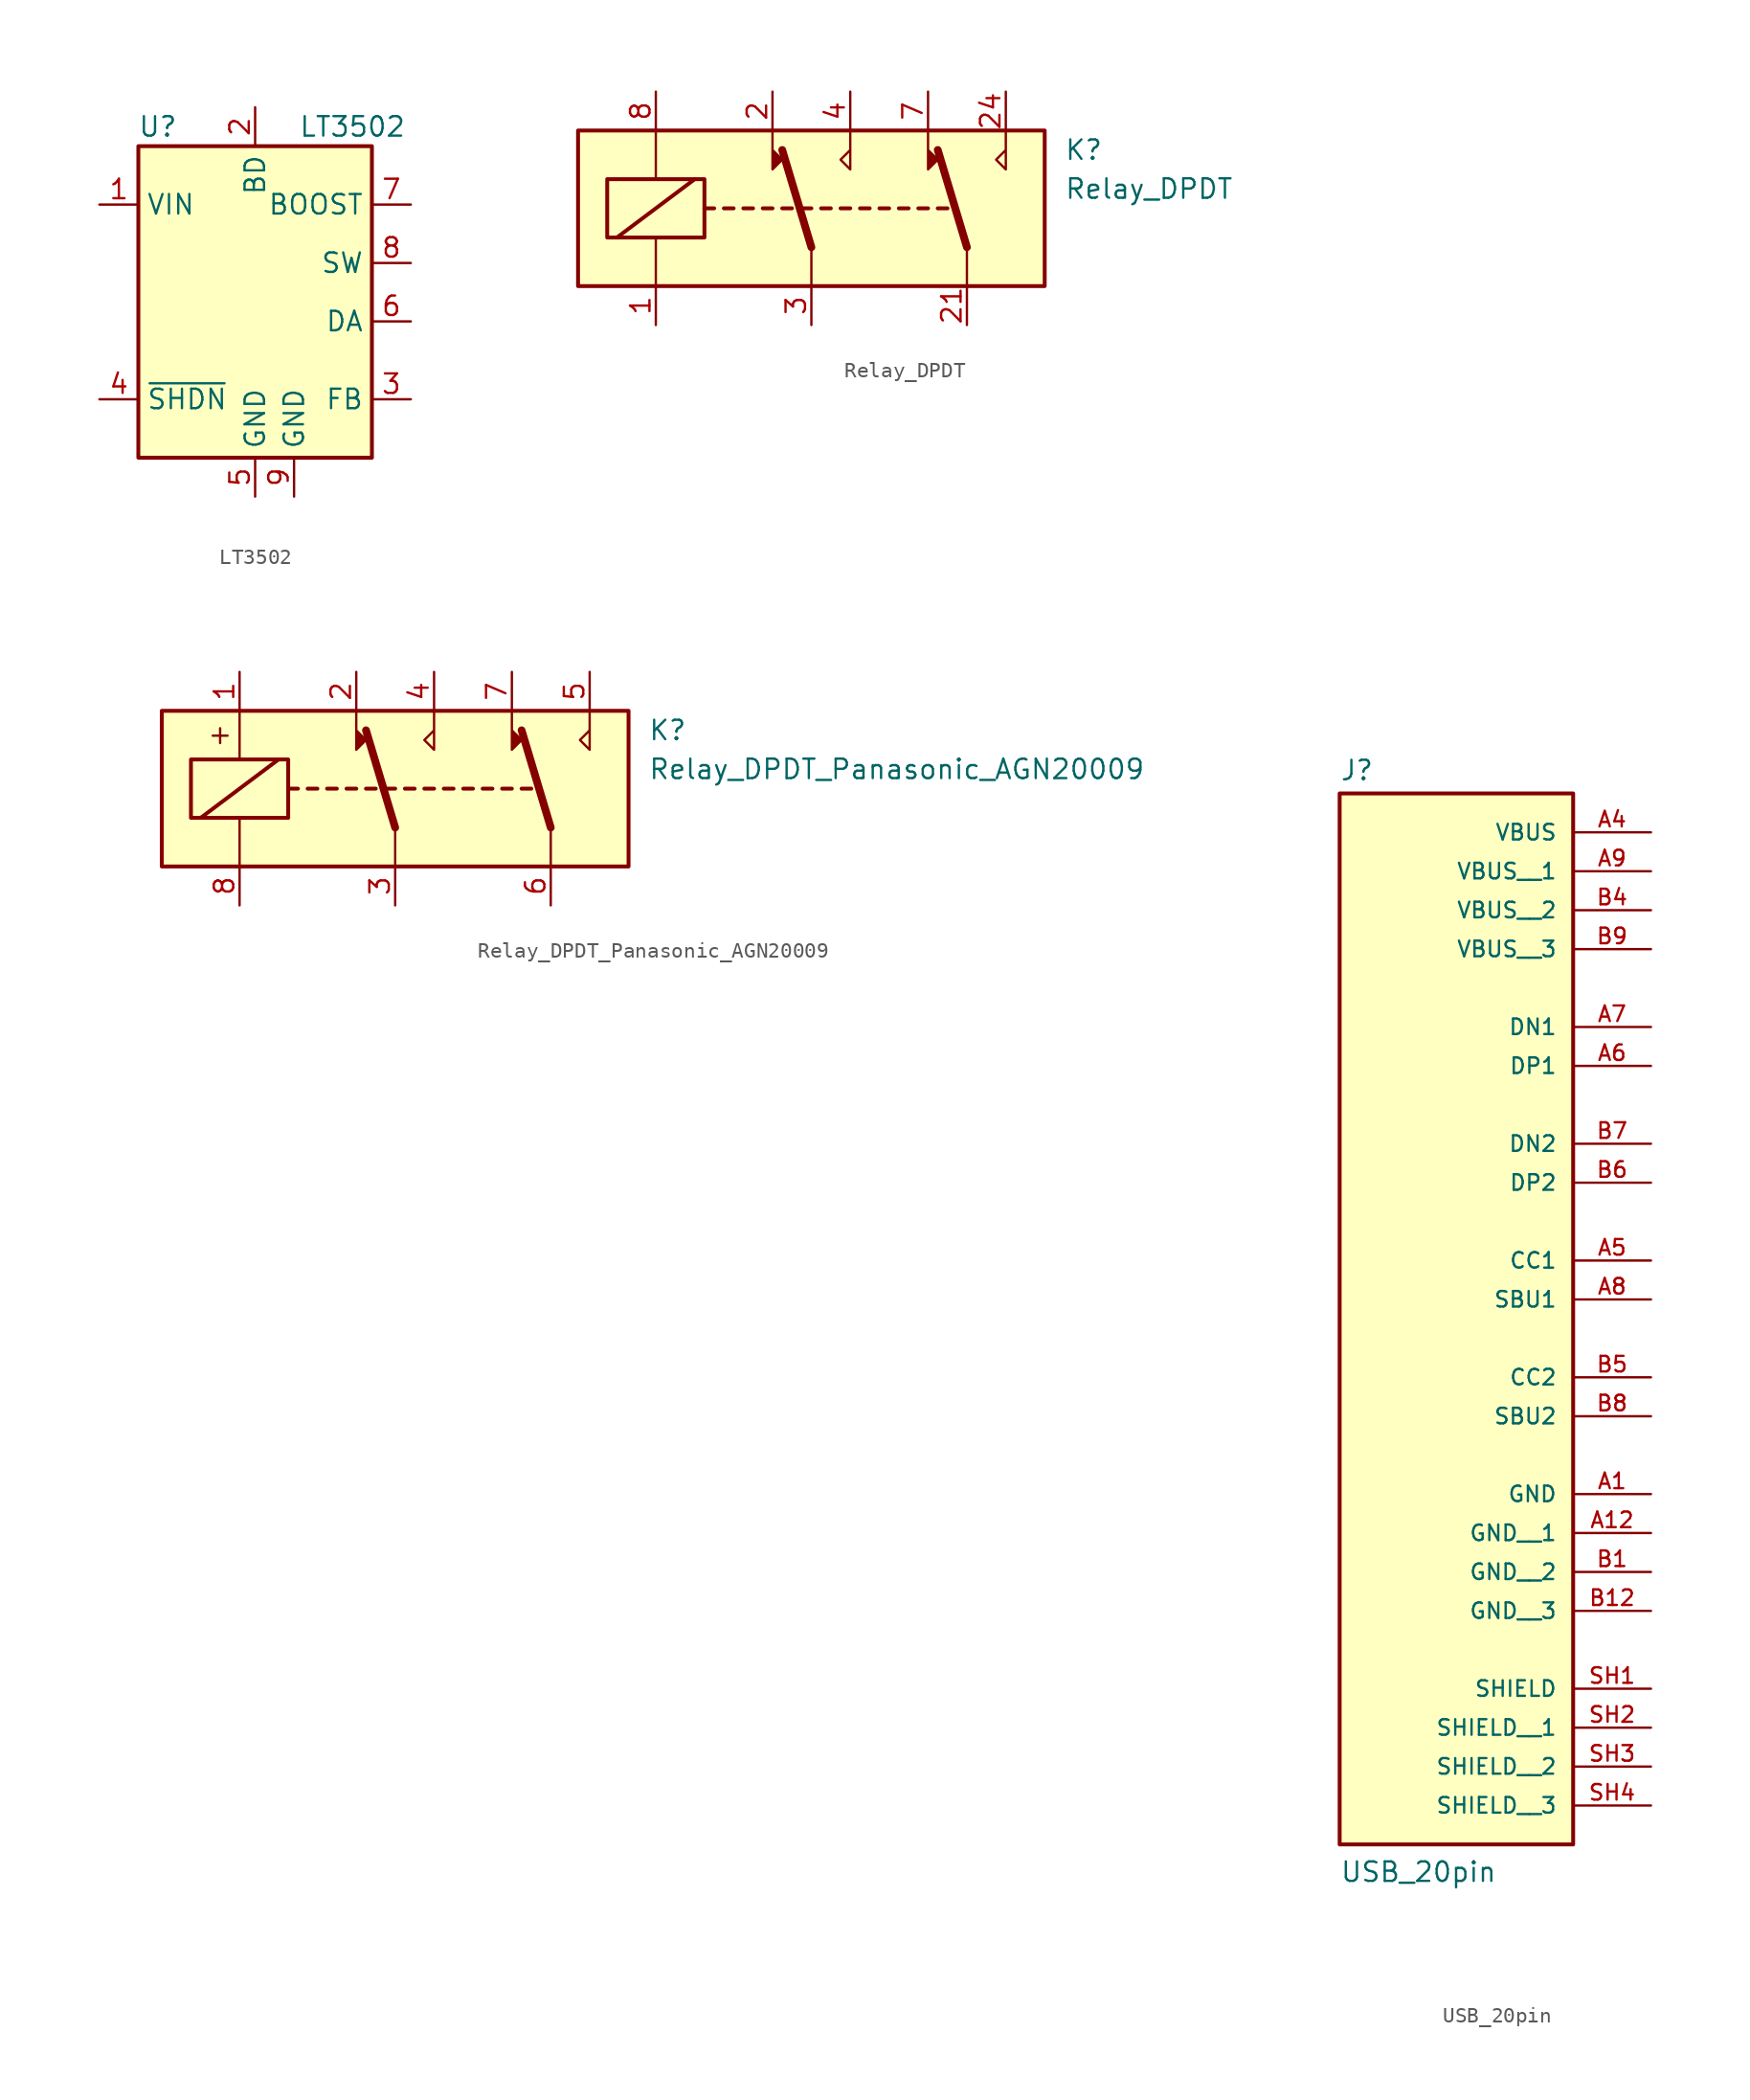
<source format=kicad_sym>
(kicad_symbol_lib
  (version 20231120)
  (generator "kicad_symbol_editor")
  (generator_version "8.0")
  (symbol "LT3502"
    (property "Reference" "U"
      (at -6.35 11.43 0)
      (effects (font (size 1.27 1.27))))
    (property "Value" "LT3502"
      (at 6.35 11.43 0)
      (effects (font (size 1.27 1.27))))
    (symbol "LT3502_0_1"
      (rectangle (start -7.62 10.16) (end 7.62 -10.16) (stroke (width 0.254) (type default)) (fill (type background))))
    (symbol "LT3502_1_1"
      (pin passive line (at -10.16 6.35 0) (length 2.54) (name "VIN" (effects (font (size 1.27 1.27)))) (number "1" (effects (font (size 1.27 1.27)))))
      (pin power_in line (at 0 12.7 270) (length 2.54) (name "BD" (effects (font (size 1.27 1.27)))) (number "2" (effects (font (size 1.27 1.27)))))
      (pin input line (at 10.16 -6.35 180) (length 2.54) (name "FB" (effects (font (size 1.27 1.27)))) (number "3" (effects (font (size 1.27 1.27)))))
      (pin input line (at -10.16 -6.35 0) (length 2.54) (name "~{SHDN}" (effects (font (size 1.27 1.27)))) (number "4" (effects (font (size 1.27 1.27)))))
      (pin power_in line (at 0 -12.7 90) (length 2.54) (name "GND" (effects (font (size 1.27 1.27)))) (number "5" (effects (font (size 1.27 1.27)))))
      (pin passive line (at 10.16 -1.27 180) (length 2.54) (name "DA" (effects (font (size 1.27 1.27)))) (number "6" (effects (font (size 1.27 1.27)))))
      (pin passive line (at 10.16 6.35 180) (length 2.54) (name "BOOST" (effects (font (size 1.27 1.27)))) (number "7" (effects (font (size 1.27 1.27)))))
      (pin open_collector line (at 10.16 2.54 180) (length 2.54) (name "SW" (effects (font (size 1.27 1.27)))) (number "8" (effects (font (size 1.27 1.27)))))
      (pin power_in line (at 2.54 -12.7 90) (length 2.54) (name "GND" (effects (font (size 1.27 1.27)))) (number "9" (effects (font (size 1.27 1.27)))))))
  (symbol "Relay_DPDT"
    (property "Reference" "K"
      (at 16.51 3.81 0)
      (effects (font (size 1.27 1.27)) (justify left)))
    (property "Value" "Relay_DPDT"
      (at 16.51 1.27 0)
      (effects (font (size 1.27 1.27)) (justify left)))
    (symbol "Relay_DPDT_0_1"
      (rectangle (start -15.24 5.08) (end 15.24 -5.08) (stroke (width 0.254) (type default)) (fill (type background)))
      (rectangle (start -13.335 1.905) (end -6.985 -1.905) (stroke (width 0.254) (type default)) (fill (type none)))
      (polyline (pts (xy -12.7 -1.905) (xy -7.62 1.905)) (stroke (width 0.254) (type default)) (fill (type none)))
      (polyline (pts (xy -10.16 -5.08) (xy -10.16 -1.905)) (stroke (width 0) (type default)) (fill (type none)))
      (polyline (pts (xy -10.16 5.08) (xy -10.16 1.905)) (stroke (width 0) (type default)) (fill (type none)))
      (polyline (pts (xy -6.985 0) (xy -6.35 0)) (stroke (width 0.254) (type default)) (fill (type none)))
      (polyline (pts (xy -5.715 0) (xy -5.08 0)) (stroke (width 0.254) (type default)) (fill (type none)))
      (polyline (pts (xy -4.445 0) (xy -3.81 0)) (stroke (width 0.254) (type default)) (fill (type none)))
      (polyline (pts (xy -3.175 0) (xy -2.54 0)) (stroke (width 0.254) (type default)) (fill (type none)))
      (polyline (pts (xy -1.905 0) (xy -1.27 0)) (stroke (width 0.254) (type default)) (fill (type none)))
      (polyline (pts (xy -0.635 0) (xy 0 0)) (stroke (width 0.254) (type default)) (fill (type none)))
      (polyline (pts (xy 0 -2.54) (xy -1.905 3.81)) (stroke (width 0.508) (type default)) (fill (type none)))
      (polyline (pts (xy 0 -2.54) (xy 0 -5.08)) (stroke (width 0) (type default)) (fill (type none)))
      (polyline (pts (xy 0.635 0) (xy 1.27 0)) (stroke (width 0.254) (type default)) (fill (type none)))
      (polyline (pts (xy 1.905 0) (xy 2.54 0)) (stroke (width 0.254) (type default)) (fill (type none)))
      (polyline (pts (xy 3.175 0) (xy 3.81 0)) (stroke (width 0.254) (type default)) (fill (type none)))
      (polyline (pts (xy 4.445 0) (xy 5.08 0)) (stroke (width 0.254) (type default)) (fill (type none)))
      (polyline (pts (xy 5.715 0) (xy 6.35 0)) (stroke (width 0.254) (type default)) (fill (type none)))
      (polyline (pts (xy 6.985 0) (xy 7.62 0)) (stroke (width 0.254) (type default)) (fill (type none)))
      (polyline (pts (xy 8.255 0) (xy 8.89 0)) (stroke (width 0.254) (type default)) (fill (type none)))
      (polyline (pts (xy 10.16 -2.54) (xy 8.255 3.81)) (stroke (width 0.508) (type default)) (fill (type none)))
      (polyline (pts (xy 10.16 -2.54) (xy 10.16 -5.08)) (stroke (width 0) (type default)) (fill (type none)))
      (polyline (pts (xy -2.54 5.08) (xy -2.54 2.54) (xy -1.905 3.175) (xy -2.54 3.81)) (stroke (width 0) (type default)) (fill (type outline)))
      (polyline (pts (xy 2.54 5.08) (xy 2.54 2.54) (xy 1.905 3.175) (xy 2.54 3.81)) (stroke (width 0) (type default)) (fill (type none)))
      (polyline (pts (xy 7.62 5.08) (xy 7.62 2.54) (xy 8.255 3.175) (xy 7.62 3.81)) (stroke (width 0) (type default)) (fill (type outline)))
      (polyline (pts (xy 12.7 5.08) (xy 12.7 2.54) (xy 12.065 3.175) (xy 12.7 3.81)) (stroke (width 0) (type default)) (fill (type none))))
    (symbol "Relay_DPDT_1_1"
      (pin passive line (at -10.16 -7.62 90) (length 2.54) (name "~" (effects (font (size 1.27 1.27)))) (number "1" (effects (font (size 1.27 1.27)))))
      (pin passive line (at -2.54 7.62 270) (length 2.54) (name "~" (effects (font (size 1.27 1.27)))) (number "2" (effects (font (size 1.27 1.27)))))
      (pin passive line (at 10.16 -7.62 90) (length 2.54) (name "~" (effects (font (size 1.27 1.27)))) (number "21" (effects (font (size 1.27 1.27)))))
      (pin passive line (at 12.7 7.62 270) (length 2.54) (name "~" (effects (font (size 1.27 1.27)))) (number "24" (effects (font (size 1.27 1.27)))))
      (pin passive line (at 0 -7.62 90) (length 2.54) (name "~" (effects (font (size 1.27 1.27)))) (number "3" (effects (font (size 1.27 1.27)))))
      (pin passive line (at 2.54 7.62 270) (length 2.54) (name "~" (effects (font (size 1.27 1.27)))) (number "4" (effects (font (size 1.27 1.27)))))
      (pin passive line (at 7.62 7.62 270) (length 2.54) (name "~" (effects (font (size 1.27 1.27)))) (number "7" (effects (font (size 1.27 1.27)))))
      (pin passive line (at -10.16 7.62 270) (length 2.54) (name "~" (effects (font (size 1.27 1.27)))) (number "8" (effects (font (size 1.27 1.27)))))))
  (symbol "Relay_DPDT_Panasonic_AGN20009"
    (property "Reference" "K"
      (at 16.51 3.81 0)
      (effects (font (size 1.27 1.27)) (justify left)))
    (property "Value" "Relay_DPDT_Panasonic_AGN20009"
      (at 16.51 1.27 0)
      (effects (font (size 1.27 1.27)) (justify left)))
    (symbol "Relay_DPDT_Panasonic_AGN20009_0_1"
      (rectangle (start -15.24 5.08) (end 15.24 -5.08) (stroke (width 0.254) (type default)) (fill (type background)))
      (rectangle (start -13.335 1.905) (end -6.985 -1.905) (stroke (width 0.254) (type default)) (fill (type none)))
      (polyline (pts (xy -12.7 -1.905) (xy -7.62 1.905)) (stroke (width 0.254) (type default)) (fill (type none)))
      (polyline (pts (xy -10.16 -5.08) (xy -10.16 -1.905)) (stroke (width 0) (type default)) (fill (type none)))
      (polyline (pts (xy -10.16 5.08) (xy -10.16 1.905)) (stroke (width 0) (type default)) (fill (type none)))
      (polyline (pts (xy -6.985 0) (xy -6.35 0)) (stroke (width 0.254) (type default)) (fill (type none)))
      (polyline (pts (xy -5.715 0) (xy -5.08 0)) (stroke (width 0.254) (type default)) (fill (type none)))
      (polyline (pts (xy -4.445 0) (xy -3.81 0)) (stroke (width 0.254) (type default)) (fill (type none)))
      (polyline (pts (xy -3.175 0) (xy -2.54 0)) (stroke (width 0.254) (type default)) (fill (type none)))
      (polyline (pts (xy -1.905 0) (xy -1.27 0)) (stroke (width 0.254) (type default)) (fill (type none)))
      (polyline (pts (xy -0.635 0) (xy 0 0)) (stroke (width 0.254) (type default)) (fill (type none)))
      (polyline (pts (xy 0 -2.54) (xy -1.905 3.81)) (stroke (width 0.508) (type default)) (fill (type none)))
      (polyline (pts (xy 0 -2.54) (xy 0 -5.08)) (stroke (width 0) (type default)) (fill (type none)))
      (polyline (pts (xy 0.635 0) (xy 1.27 0)) (stroke (width 0.254) (type default)) (fill (type none)))
      (polyline (pts (xy 1.905 0) (xy 2.54 0)) (stroke (width 0.254) (type default)) (fill (type none)))
      (polyline (pts (xy 3.175 0) (xy 3.81 0)) (stroke (width 0.254) (type default)) (fill (type none)))
      (polyline (pts (xy 4.445 0) (xy 5.08 0)) (stroke (width 0.254) (type default)) (fill (type none)))
      (polyline (pts (xy 5.715 0) (xy 6.35 0)) (stroke (width 0.254) (type default)) (fill (type none)))
      (polyline (pts (xy 6.985 0) (xy 7.62 0)) (stroke (width 0.254) (type default)) (fill (type none)))
      (polyline (pts (xy 8.255 0) (xy 8.89 0)) (stroke (width 0.254) (type default)) (fill (type none)))
      (polyline (pts (xy 10.16 -2.54) (xy 8.255 3.81)) (stroke (width 0.508) (type default)) (fill (type none)))
      (polyline (pts (xy 10.16 -2.54) (xy 10.16 -5.08)) (stroke (width 0) (type default)) (fill (type none)))
      (polyline (pts (xy -2.54 5.08) (xy -2.54 2.54) (xy -1.905 3.175) (xy -2.54 3.81)) (stroke (width 0) (type default)) (fill (type outline)))
      (polyline (pts (xy 2.54 5.08) (xy 2.54 2.54) (xy 1.905 3.175) (xy 2.54 3.81)) (stroke (width 0) (type default)) (fill (type none)))
      (polyline (pts (xy 7.62 5.08) (xy 7.62 2.54) (xy 8.255 3.175) (xy 7.62 3.81)) (stroke (width 0) (type default)) (fill (type outline)))
      (polyline (pts (xy 12.7 5.08) (xy 12.7 2.54) (xy 12.065 3.175) (xy 12.7 3.81)) (stroke (width 0) (type default)) (fill (type none))))
    (symbol "Relay_DPDT_Panasonic_AGN20009_1_1"
      (text "+" (at -11.43 3.556 0) (effects (font (size 1.27 1.27))))
      (pin passive line (at -10.16 7.62 270) (length 2.54) (name "~" (effects (font (size 1.27 1.27)))) (number "1" (effects (font (size 1.27 1.27)))))
      (pin passive line (at -2.54 7.62 270) (length 2.54) (name "~" (effects (font (size 1.27 1.27)))) (number "2" (effects (font (size 1.27 1.27)))))
      (pin passive line (at 0 -7.62 90) (length 2.54) (name "~" (effects (font (size 1.27 1.27)))) (number "3" (effects (font (size 1.27 1.27)))))
      (pin passive line (at 2.54 7.62 270) (length 2.54) (name "~" (effects (font (size 1.27 1.27)))) (number "4" (effects (font (size 1.27 1.27)))))
      (pin passive line (at 12.7 7.62 270) (length 2.54) (name "~" (effects (font (size 1.27 1.27)))) (number "5" (effects (font (size 1.27 1.27)))))
      (pin passive line (at 10.16 -7.62 90) (length 2.54) (name "~" (effects (font (size 1.27 1.27)))) (number "6" (effects (font (size 1.27 1.27)))))
      (pin passive line (at 7.62 7.62 270) (length 2.54) (name "~" (effects (font (size 1.27 1.27)))) (number "7" (effects (font (size 1.27 1.27)))))
      (pin passive line (at -10.16 -7.62 90) (length 2.54) (name "~" (effects (font (size 1.27 1.27)))) (number "8" (effects (font (size 1.27 1.27)))))))
  (symbol "USB_20pin"
    (pin_names
      (offset 1.016))
    (property "Reference" "J"
      (at -7.62 23.622 0)
      (effects (font (size 1.27 1.27)) (justify left bottom)))
    (property "Value" "USB_20pin"
      (at -7.62 -48.26 0)
      (effects (font (size 1.27 1.27)) (justify left bottom)))
    (symbol "USB_20pin_0_0"
      (rectangle (start -7.62 -45.72) (end 7.62 22.86) (stroke (width 0.254) (type default)) (fill (type background)))
      (pin passive line (at 12.7 -22.86 180) (length 5.08) (name "GND" (effects (font (size 1.016 1.016)))) (number "A1" (effects (font (size 1.016 1.016)))))
      (pin passive line (at 12.7 -25.4 180) (length 5.08) (name "GND__1" (effects (font (size 1.016 1.016)))) (number "A12" (effects (font (size 1.016 1.016)))))
      (pin passive line (at 12.7 20.32 180) (length 5.08) (name "VBUS" (effects (font (size 1.016 1.016)))) (number "A4" (effects (font (size 1.016 1.016)))))
      (pin passive line (at 12.7 -7.62 180) (length 5.08) (name "CC1" (effects (font (size 1.016 1.016)))) (number "A5" (effects (font (size 1.016 1.016)))))
      (pin passive line (at 12.7 5.08 180) (length 5.08) (name "DP1" (effects (font (size 1.016 1.016)))) (number "A6" (effects (font (size 1.016 1.016)))))
      (pin passive line (at 12.7 7.62 180) (length 5.08) (name "DN1" (effects (font (size 1.016 1.016)))) (number "A7" (effects (font (size 1.016 1.016)))))
      (pin passive line (at 12.7 -10.16 180) (length 5.08) (name "SBU1" (effects (font (size 1.016 1.016)))) (number "A8" (effects (font (size 1.016 1.016)))))
      (pin passive line (at 12.7 17.78 180) (length 5.08) (name "VBUS__1" (effects (font (size 1.016 1.016)))) (number "A9" (effects (font (size 1.016 1.016)))))
      (pin passive line (at 12.7 -27.94 180) (length 5.08) (name "GND__2" (effects (font (size 1.016 1.016)))) (number "B1" (effects (font (size 1.016 1.016)))))
      (pin passive line (at 12.7 -30.48 180) (length 5.08) (name "GND__3" (effects (font (size 1.016 1.016)))) (number "B12" (effects (font (size 1.016 1.016)))))
      (pin passive line (at 12.7 15.24 180) (length 5.08) (name "VBUS__2" (effects (font (size 1.016 1.016)))) (number "B4" (effects (font (size 1.016 1.016)))))
      (pin passive line (at 12.7 -15.24 180) (length 5.08) (name "CC2" (effects (font (size 1.016 1.016)))) (number "B5" (effects (font (size 1.016 1.016)))))
      (pin passive line (at 12.7 -2.54 180) (length 5.08) (name "DP2" (effects (font (size 1.016 1.016)))) (number "B6" (effects (font (size 1.016 1.016)))))
      (pin passive line (at 12.7 0 180) (length 5.08) (name "DN2" (effects (font (size 1.016 1.016)))) (number "B7" (effects (font (size 1.016 1.016)))))
      (pin passive line (at 12.7 -17.78 180) (length 5.08) (name "SBU2" (effects (font (size 1.016 1.016)))) (number "B8" (effects (font (size 1.016 1.016)))))
      (pin passive line (at 12.7 12.7 180) (length 5.08) (name "VBUS__3" (effects (font (size 1.016 1.016)))) (number "B9" (effects (font (size 1.016 1.016)))))
      (pin passive line (at 12.7 -35.56 180) (length 5.08) (name "SHIELD" (effects (font (size 1.016 1.016)))) (number "SH1" (effects (font (size 1.016 1.016)))))
      (pin passive line (at 12.7 -38.1 180) (length 5.08) (name "SHIELD__1" (effects (font (size 1.016 1.016)))) (number "SH2" (effects (font (size 1.016 1.016)))))
      (pin passive line (at 12.7 -40.64 180) (length 5.08) (name "SHIELD__2" (effects (font (size 1.016 1.016)))) (number "SH3" (effects (font (size 1.016 1.016)))))
      (pin passive line (at 12.7 -43.18 180) (length 5.08) (name "SHIELD__3" (effects (font (size 1.016 1.016)))) (number "SH4" (effects (font (size 1.016 1.016))))))))
</source>
